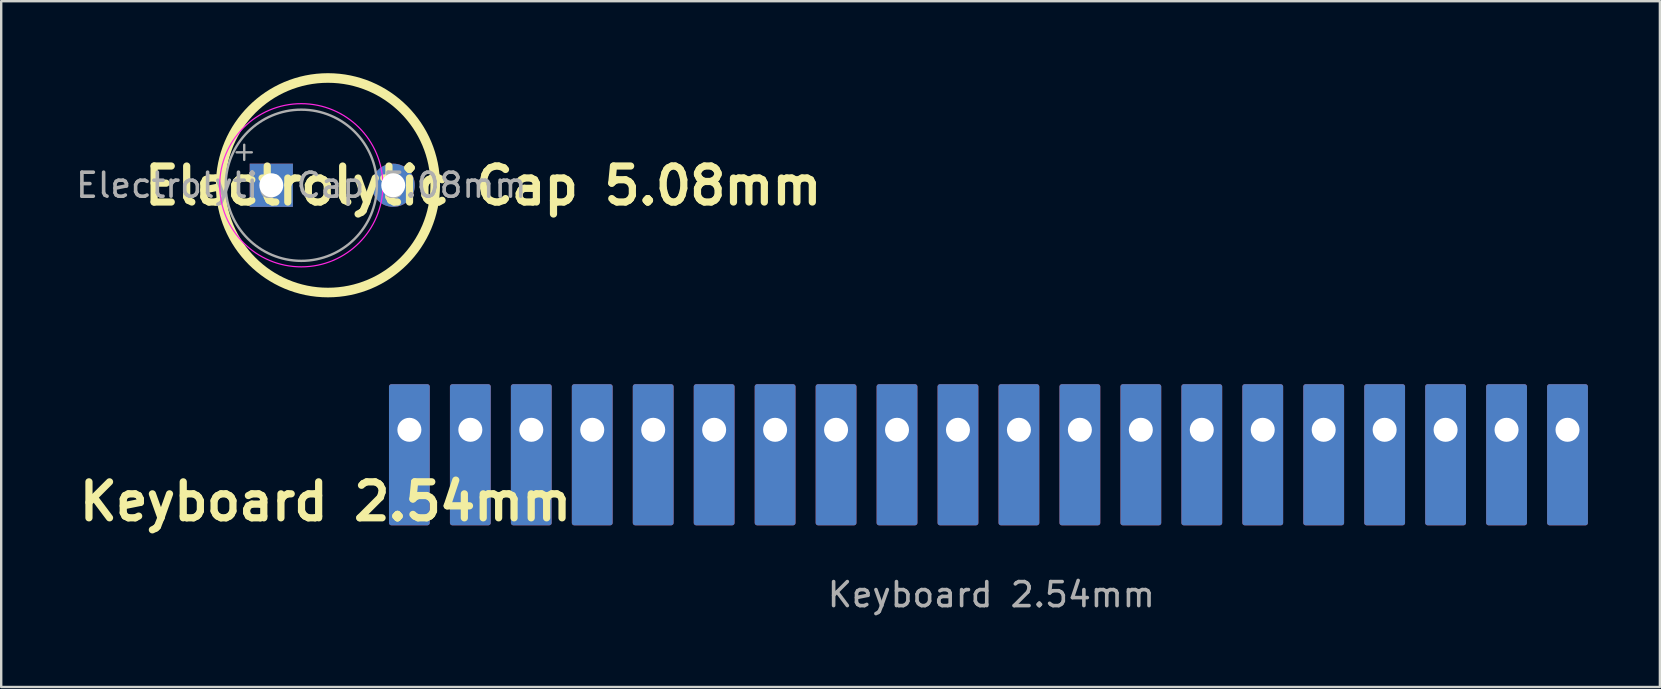
<source format=kicad_pcb>
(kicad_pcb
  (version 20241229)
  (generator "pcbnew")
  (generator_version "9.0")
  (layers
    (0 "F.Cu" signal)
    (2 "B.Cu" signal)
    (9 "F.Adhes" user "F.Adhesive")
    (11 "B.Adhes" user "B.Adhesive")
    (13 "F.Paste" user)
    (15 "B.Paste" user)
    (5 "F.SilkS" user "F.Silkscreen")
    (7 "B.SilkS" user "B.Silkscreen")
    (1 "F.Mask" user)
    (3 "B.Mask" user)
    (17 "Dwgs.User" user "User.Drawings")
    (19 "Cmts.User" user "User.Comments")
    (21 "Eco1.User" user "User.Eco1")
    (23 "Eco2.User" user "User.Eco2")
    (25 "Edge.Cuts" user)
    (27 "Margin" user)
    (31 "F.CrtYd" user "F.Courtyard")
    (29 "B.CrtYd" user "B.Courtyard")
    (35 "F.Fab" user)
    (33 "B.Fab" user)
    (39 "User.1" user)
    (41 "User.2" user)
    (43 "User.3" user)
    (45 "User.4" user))
  (footprint "Keyboard 2.54mm"
    (layer "F.Cu")
    (at 38.179 12.59)
    (property "Reference" "Keyboard 2.54mm" (at -27.665 5.26 0) (unlocked yes) (layer "F.SilkS") (effects (font (size 1.5 1.5) (thickness 0.3) (bold yes))))
    (attr through_hole)
    (fp_text user "${REFERENCE}" (at 0.08 9.14 0) (unlocked yes) (layer "F.Fab") (effects (font (size 1 1) (thickness 0.15))))
    (pad "1" thru_hole custom (at 24.09 2.27 90) (size 1.7 1.7) (drill 1) (layers "*.Cu" "*.Mask") (options (anchor circle)) (primitives (gr_poly (pts (xy 0 -0.85) (xy 0.177 -0.831) (xy 0.346 -0.777) (xy 0.5 -0.688) (xy 0.632 -0.569) (xy 0.736 -0.425) (xy 0.808 -0.263) (xy 0.845 -0.089) (xy 0.845 0.089) (xy 0.808 0.263) (xy 0.736 0.425) (xy 0.632 0.569) (xy 0.5 0.688) (xy 0.346 0.777) (xy 0.177 0.831) (xy 0 0.85) (xy -0.177 0.831) (xy -0.346 0.777) (xy -0.5 0.688) (xy -0.632 0.569) (xy -0.736 0.425) (xy -0.808 0.263) (xy -0.845 0.089) (xy -0.845 -0.089) (xy -0.808 -0.263) (xy -0.736 -0.425) (xy -0.632 -0.569) (xy -0.5 -0.688) (xy -0.346 -0.777) (xy -0.177 -0.831) (xy 0 -0.85)) (width 0) (fill yes)) (gr_rect (start -3.88 -0.75) (end 1.8 0.75) (width 0.2) (fill yes))))
    (pad "2" thru_hole custom (at 21.55 2.27 90) (size 1.7 1.7) (drill 1) (layers "*.Cu" "*.Mask") (options (anchor circle)) (primitives (gr_poly (pts (xy 0 -0.85) (xy 0.177 -0.831) (xy 0.346 -0.777) (xy 0.5 -0.688) (xy 0.632 -0.569) (xy 0.736 -0.425) (xy 0.808 -0.263) (xy 0.845 -0.089) (xy 0.845 0.089) (xy 0.808 0.263) (xy 0.736 0.425) (xy 0.632 0.569) (xy 0.5 0.688) (xy 0.346 0.777) (xy 0.177 0.831) (xy 0 0.85) (xy -0.177 0.831) (xy -0.346 0.777) (xy -0.5 0.688) (xy -0.632 0.569) (xy -0.736 0.425) (xy -0.808 0.263) (xy -0.845 0.089) (xy -0.845 -0.089) (xy -0.808 -0.263) (xy -0.736 -0.425) (xy -0.632 -0.569) (xy -0.5 -0.688) (xy -0.346 -0.777) (xy -0.177 -0.831) (xy 0 -0.85)) (width 0) (fill yes)) (gr_rect (start -3.88 -0.75) (end 1.8 0.75) (width 0.2) (fill yes))))
    (pad "3" thru_hole custom (at 19.01 2.27 90) (size 1.7 1.7) (drill 1) (layers "*.Cu" "*.Mask") (options (anchor circle)) (primitives (gr_poly (pts (xy 0 -0.85) (xy 0.177 -0.831) (xy 0.346 -0.777) (xy 0.5 -0.688) (xy 0.632 -0.569) (xy 0.736 -0.425) (xy 0.808 -0.263) (xy 0.845 -0.089) (xy 0.845 0.089) (xy 0.808 0.263) (xy 0.736 0.425) (xy 0.632 0.569) (xy 0.5 0.688) (xy 0.346 0.777) (xy 0.177 0.831) (xy 0 0.85) (xy -0.177 0.831) (xy -0.346 0.777) (xy -0.5 0.688) (xy -0.632 0.569) (xy -0.736 0.425) (xy -0.808 0.263) (xy -0.845 0.089) (xy -0.845 -0.089) (xy -0.808 -0.263) (xy -0.736 -0.425) (xy -0.632 -0.569) (xy -0.5 -0.688) (xy -0.346 -0.777) (xy -0.177 -0.831) (xy 0 -0.85)) (width 0) (fill yes)) (gr_rect (start -3.88 -0.75) (end 1.8 0.75) (width 0.2) (fill yes))))
    (pad "4" thru_hole custom (at 16.47 2.27 90) (size 1.7 1.7) (drill 1) (layers "*.Cu" "*.Mask") (options (anchor circle)) (primitives (gr_poly (pts (xy 0 -0.85) (xy 0.177 -0.831) (xy 0.346 -0.777) (xy 0.5 -0.688) (xy 0.632 -0.569) (xy 0.736 -0.425) (xy 0.808 -0.263) (xy 0.845 -0.089) (xy 0.845 0.089) (xy 0.808 0.263) (xy 0.736 0.425) (xy 0.632 0.569) (xy 0.5 0.688) (xy 0.346 0.777) (xy 0.177 0.831) (xy 0 0.85) (xy -0.177 0.831) (xy -0.346 0.777) (xy -0.5 0.688) (xy -0.632 0.569) (xy -0.736 0.425) (xy -0.808 0.263) (xy -0.845 0.089) (xy -0.845 -0.089) (xy -0.808 -0.263) (xy -0.736 -0.425) (xy -0.632 -0.569) (xy -0.5 -0.688) (xy -0.346 -0.777) (xy -0.177 -0.831) (xy 0 -0.85)) (width 0) (fill yes)) (gr_rect (start -3.88 -0.75) (end 1.8 0.75) (width 0.2) (fill yes))))
    (pad "5" thru_hole custom (at 13.93 2.27 90) (size 1.7 1.7) (drill 1) (layers "*.Cu" "*.Mask") (options (anchor circle)) (primitives (gr_poly (pts (xy 0 -0.85) (xy 0.177 -0.831) (xy 0.346 -0.777) (xy 0.5 -0.688) (xy 0.632 -0.569) (xy 0.736 -0.425) (xy 0.808 -0.263) (xy 0.845 -0.089) (xy 0.845 0.089) (xy 0.808 0.263) (xy 0.736 0.425) (xy 0.632 0.569) (xy 0.5 0.688) (xy 0.346 0.777) (xy 0.177 0.831) (xy 0 0.85) (xy -0.177 0.831) (xy -0.346 0.777) (xy -0.5 0.688) (xy -0.632 0.569) (xy -0.736 0.425) (xy -0.808 0.263) (xy -0.845 0.089) (xy -0.845 -0.089) (xy -0.808 -0.263) (xy -0.736 -0.425) (xy -0.632 -0.569) (xy -0.5 -0.688) (xy -0.346 -0.777) (xy -0.177 -0.831) (xy 0 -0.85)) (width 0) (fill yes)) (gr_rect (start -3.88 -0.75) (end 1.8 0.75) (width 0.2) (fill yes))))
    (pad "6" thru_hole custom (at 11.39 2.27 90) (size 1.7 1.7) (drill 1) (layers "*.Cu" "*.Mask") (options (anchor circle)) (primitives (gr_poly (pts (xy 0 -0.85) (xy 0.177 -0.831) (xy 0.346 -0.777) (xy 0.5 -0.688) (xy 0.632 -0.569) (xy 0.736 -0.425) (xy 0.808 -0.263) (xy 0.845 -0.089) (xy 0.845 0.089) (xy 0.808 0.263) (xy 0.736 0.425) (xy 0.632 0.569) (xy 0.5 0.688) (xy 0.346 0.777) (xy 0.177 0.831) (xy 0 0.85) (xy -0.177 0.831) (xy -0.346 0.777) (xy -0.5 0.688) (xy -0.632 0.569) (xy -0.736 0.425) (xy -0.808 0.263) (xy -0.845 0.089) (xy -0.845 -0.089) (xy -0.808 -0.263) (xy -0.736 -0.425) (xy -0.632 -0.569) (xy -0.5 -0.688) (xy -0.346 -0.777) (xy -0.177 -0.831) (xy 0 -0.85)) (width 0) (fill yes)) (gr_rect (start -3.88 -0.75) (end 1.8 0.75) (width 0.2) (fill yes))))
    (pad "7" thru_hole custom (at 8.85 2.27 90) (size 1.7 1.7) (drill 1) (layers "*.Cu" "*.Mask") (options (anchor circle)) (primitives (gr_poly (pts (xy 0 -0.85) (xy 0.177 -0.831) (xy 0.346 -0.777) (xy 0.5 -0.688) (xy 0.632 -0.569) (xy 0.736 -0.425) (xy 0.808 -0.263) (xy 0.845 -0.089) (xy 0.845 0.089) (xy 0.808 0.263) (xy 0.736 0.425) (xy 0.632 0.569) (xy 0.5 0.688) (xy 0.346 0.777) (xy 0.177 0.831) (xy 0 0.85) (xy -0.177 0.831) (xy -0.346 0.777) (xy -0.5 0.688) (xy -0.632 0.569) (xy -0.736 0.425) (xy -0.808 0.263) (xy -0.845 0.089) (xy -0.845 -0.089) (xy -0.808 -0.263) (xy -0.736 -0.425) (xy -0.632 -0.569) (xy -0.5 -0.688) (xy -0.346 -0.777) (xy -0.177 -0.831) (xy 0 -0.85)) (width 0) (fill yes)) (gr_rect (start -3.88 -0.75) (end 1.8 0.75) (width 0.2) (fill yes))))
    (pad "8" thru_hole custom (at 6.31 2.27 90) (size 1.7 1.7) (drill 1) (layers "*.Cu" "*.Mask") (options (anchor circle)) (primitives (gr_poly (pts (xy 0 -0.85) (xy 0.177 -0.831) (xy 0.346 -0.777) (xy 0.5 -0.688) (xy 0.632 -0.569) (xy 0.736 -0.425) (xy 0.808 -0.263) (xy 0.845 -0.089) (xy 0.845 0.089) (xy 0.808 0.263) (xy 0.736 0.425) (xy 0.632 0.569) (xy 0.5 0.688) (xy 0.346 0.777) (xy 0.177 0.831) (xy 0 0.85) (xy -0.177 0.831) (xy -0.346 0.777) (xy -0.5 0.688) (xy -0.632 0.569) (xy -0.736 0.425) (xy -0.808 0.263) (xy -0.845 0.089) (xy -0.845 -0.089) (xy -0.808 -0.263) (xy -0.736 -0.425) (xy -0.632 -0.569) (xy -0.5 -0.688) (xy -0.346 -0.777) (xy -0.177 -0.831) (xy 0 -0.85)) (width 0) (fill yes)) (gr_rect (start -3.88 -0.75) (end 1.8 0.75) (width 0.2) (fill yes))))
    (pad "9" thru_hole custom (at 3.77 2.27 90) (size 1.7 1.7) (drill 1) (layers "*.Cu" "*.Mask") (options (anchor circle)) (primitives (gr_poly (pts (xy 0 -0.85) (xy 0.177 -0.831) (xy 0.346 -0.777) (xy 0.5 -0.688) (xy 0.632 -0.569) (xy 0.736 -0.425) (xy 0.808 -0.263) (xy 0.845 -0.089) (xy 0.845 0.089) (xy 0.808 0.263) (xy 0.736 0.425) (xy 0.632 0.569) (xy 0.5 0.688) (xy 0.346 0.777) (xy 0.177 0.831) (xy 0 0.85) (xy -0.177 0.831) (xy -0.346 0.777) (xy -0.5 0.688) (xy -0.632 0.569) (xy -0.736 0.425) (xy -0.808 0.263) (xy -0.845 0.089) (xy -0.845 -0.089) (xy -0.808 -0.263) (xy -0.736 -0.425) (xy -0.632 -0.569) (xy -0.5 -0.688) (xy -0.346 -0.777) (xy -0.177 -0.831) (xy 0 -0.85)) (width 0) (fill yes)) (gr_rect (start -3.88 -0.75) (end 1.8 0.75) (width 0.2) (fill yes))))
    (pad "10" thru_hole custom (at 1.23 2.27 90) (size 1.7 1.7) (drill 1) (layers "*.Cu" "*.Mask") (options (anchor circle)) (primitives (gr_poly (pts (xy 0 -0.85) (xy 0.177 -0.831) (xy 0.346 -0.777) (xy 0.5 -0.688) (xy 0.632 -0.569) (xy 0.736 -0.425) (xy 0.808 -0.263) (xy 0.845 -0.089) (xy 0.845 0.089) (xy 0.808 0.263) (xy 0.736 0.425) (xy 0.632 0.569) (xy 0.5 0.688) (xy 0.346 0.777) (xy 0.177 0.831) (xy 0 0.85) (xy -0.177 0.831) (xy -0.346 0.777) (xy -0.5 0.688) (xy -0.632 0.569) (xy -0.736 0.425) (xy -0.808 0.263) (xy -0.845 0.089) (xy -0.845 -0.089) (xy -0.808 -0.263) (xy -0.736 -0.425) (xy -0.632 -0.569) (xy -0.5 -0.688) (xy -0.346 -0.777) (xy -0.177 -0.831) (xy 0 -0.85)) (width 0) (fill yes)) (gr_rect (start -3.88 -0.75) (end 1.8 0.75) (width 0.2) (fill yes))))
    (pad "11" thru_hole custom (at -1.31 2.27 90) (size 1.7 1.7) (drill 1) (layers "*.Cu" "*.Mask") (options (anchor circle)) (primitives (gr_poly (pts (xy 0 -0.85) (xy 0.177 -0.831) (xy 0.346 -0.777) (xy 0.5 -0.688) (xy 0.632 -0.569) (xy 0.736 -0.425) (xy 0.808 -0.263) (xy 0.845 -0.089) (xy 0.845 0.089) (xy 0.808 0.263) (xy 0.736 0.425) (xy 0.632 0.569) (xy 0.5 0.688) (xy 0.346 0.777) (xy 0.177 0.831) (xy 0 0.85) (xy -0.177 0.831) (xy -0.346 0.777) (xy -0.5 0.688) (xy -0.632 0.569) (xy -0.736 0.425) (xy -0.808 0.263) (xy -0.845 0.089) (xy -0.845 -0.089) (xy -0.808 -0.263) (xy -0.736 -0.425) (xy -0.632 -0.569) (xy -0.5 -0.688) (xy -0.346 -0.777) (xy -0.177 -0.831) (xy 0 -0.85)) (width 0) (fill yes)) (gr_rect (start -3.88 -0.75) (end 1.8 0.75) (width 0.2) (fill yes))))
    (pad "12" thru_hole custom (at -3.85 2.27 90) (size 1.7 1.7) (drill 1) (layers "*.Cu" "*.Mask") (options (anchor circle)) (primitives (gr_poly (pts (xy 0 -0.85) (xy 0.177 -0.831) (xy 0.346 -0.777) (xy 0.5 -0.688) (xy 0.632 -0.569) (xy 0.736 -0.425) (xy 0.808 -0.263) (xy 0.845 -0.089) (xy 0.845 0.089) (xy 0.808 0.263) (xy 0.736 0.425) (xy 0.632 0.569) (xy 0.5 0.688) (xy 0.346 0.777) (xy 0.177 0.831) (xy 0 0.85) (xy -0.177 0.831) (xy -0.346 0.777) (xy -0.5 0.688) (xy -0.632 0.569) (xy -0.736 0.425) (xy -0.808 0.263) (xy -0.845 0.089) (xy -0.845 -0.089) (xy -0.808 -0.263) (xy -0.736 -0.425) (xy -0.632 -0.569) (xy -0.5 -0.688) (xy -0.346 -0.777) (xy -0.177 -0.831) (xy 0 -0.85)) (width 0) (fill yes)) (gr_rect (start -3.88 -0.75) (end 1.8 0.75) (width 0.2) (fill yes))))
    (pad "13" thru_hole custom (at -6.39 2.27 90) (size 1.7 1.7) (drill 1) (layers "*.Cu" "*.Mask") (options (anchor circle)) (primitives (gr_poly (pts (xy 0 -0.85) (xy 0.177 -0.831) (xy 0.346 -0.777) (xy 0.5 -0.688) (xy 0.632 -0.569) (xy 0.736 -0.425) (xy 0.808 -0.263) (xy 0.845 -0.089) (xy 0.845 0.089) (xy 0.808 0.263) (xy 0.736 0.425) (xy 0.632 0.569) (xy 0.5 0.688) (xy 0.346 0.777) (xy 0.177 0.831) (xy 0 0.85) (xy -0.177 0.831) (xy -0.346 0.777) (xy -0.5 0.688) (xy -0.632 0.569) (xy -0.736 0.425) (xy -0.808 0.263) (xy -0.845 0.089) (xy -0.845 -0.089) (xy -0.808 -0.263) (xy -0.736 -0.425) (xy -0.632 -0.569) (xy -0.5 -0.688) (xy -0.346 -0.777) (xy -0.177 -0.831) (xy 0 -0.85)) (width 0) (fill yes)) (gr_rect (start -3.88 -0.75) (end 1.8 0.75) (width 0.2) (fill yes))))
    (pad "14" thru_hole custom (at -8.93 2.27 90) (size 1.7 1.7) (drill 1) (layers "*.Cu" "*.Mask") (options (anchor circle)) (primitives (gr_poly (pts (xy 0 -0.85) (xy 0.177 -0.831) (xy 0.346 -0.777) (xy 0.5 -0.688) (xy 0.632 -0.569) (xy 0.736 -0.425) (xy 0.808 -0.263) (xy 0.845 -0.089) (xy 0.845 0.089) (xy 0.808 0.263) (xy 0.736 0.425) (xy 0.632 0.569) (xy 0.5 0.688) (xy 0.346 0.777) (xy 0.177 0.831) (xy 0 0.85) (xy -0.177 0.831) (xy -0.346 0.777) (xy -0.5 0.688) (xy -0.632 0.569) (xy -0.736 0.425) (xy -0.808 0.263) (xy -0.845 0.089) (xy -0.845 -0.089) (xy -0.808 -0.263) (xy -0.736 -0.425) (xy -0.632 -0.569) (xy -0.5 -0.688) (xy -0.346 -0.777) (xy -0.177 -0.831) (xy 0 -0.85)) (width 0) (fill yes)) (gr_rect (start -3.88 -0.75) (end 1.8 0.75) (width 0.2) (fill yes))))
    (pad "15" thru_hole custom (at -11.47 2.27 90) (size 1.7 1.7) (drill 1) (layers "*.Cu" "*.Mask") (options (anchor circle)) (primitives (gr_poly (pts (xy 0 -0.85) (xy 0.177 -0.831) (xy 0.346 -0.777) (xy 0.5 -0.688) (xy 0.632 -0.569) (xy 0.736 -0.425) (xy 0.808 -0.263) (xy 0.845 -0.089) (xy 0.845 0.089) (xy 0.808 0.263) (xy 0.736 0.425) (xy 0.632 0.569) (xy 0.5 0.688) (xy 0.346 0.777) (xy 0.177 0.831) (xy 0 0.85) (xy -0.177 0.831) (xy -0.346 0.777) (xy -0.5 0.688) (xy -0.632 0.569) (xy -0.736 0.425) (xy -0.808 0.263) (xy -0.845 0.089) (xy -0.845 -0.089) (xy -0.808 -0.263) (xy -0.736 -0.425) (xy -0.632 -0.569) (xy -0.5 -0.688) (xy -0.346 -0.777) (xy -0.177 -0.831) (xy 0 -0.85)) (width 0) (fill yes)) (gr_rect (start -3.88 -0.75) (end 1.8 0.75) (width 0.2) (fill yes))))
    (pad "16" thru_hole custom (at -14.01 2.27 90) (size 1.7 1.7) (drill 1) (layers "*.Cu" "*.Mask") (options (anchor circle)) (primitives (gr_poly (pts (xy 0 -0.85) (xy 0.177 -0.831) (xy 0.346 -0.777) (xy 0.5 -0.688) (xy 0.632 -0.569) (xy 0.736 -0.425) (xy 0.808 -0.263) (xy 0.845 -0.089) (xy 0.845 0.089) (xy 0.808 0.263) (xy 0.736 0.425) (xy 0.632 0.569) (xy 0.5 0.688) (xy 0.346 0.777) (xy 0.177 0.831) (xy 0 0.85) (xy -0.177 0.831) (xy -0.346 0.777) (xy -0.5 0.688) (xy -0.632 0.569) (xy -0.736 0.425) (xy -0.808 0.263) (xy -0.845 0.089) (xy -0.845 -0.089) (xy -0.808 -0.263) (xy -0.736 -0.425) (xy -0.632 -0.569) (xy -0.5 -0.688) (xy -0.346 -0.777) (xy -0.177 -0.831) (xy 0 -0.85)) (width 0) (fill yes)) (gr_rect (start -3.88 -0.75) (end 1.8 0.75) (width 0.2) (fill yes))))
    (pad "17" thru_hole custom (at -16.55 2.27 90) (size 1.7 1.7) (drill 1) (layers "*.Cu" "*.Mask") (options (anchor circle)) (primitives (gr_poly (pts (xy 0 -0.85) (xy 0.177 -0.831) (xy 0.346 -0.777) (xy 0.5 -0.688) (xy 0.632 -0.569) (xy 0.736 -0.425) (xy 0.808 -0.263) (xy 0.845 -0.089) (xy 0.845 0.089) (xy 0.808 0.263) (xy 0.736 0.425) (xy 0.632 0.569) (xy 0.5 0.688) (xy 0.346 0.777) (xy 0.177 0.831) (xy 0 0.85) (xy -0.177 0.831) (xy -0.346 0.777) (xy -0.5 0.688) (xy -0.632 0.569) (xy -0.736 0.425) (xy -0.808 0.263) (xy -0.845 0.089) (xy -0.845 -0.089) (xy -0.808 -0.263) (xy -0.736 -0.425) (xy -0.632 -0.569) (xy -0.5 -0.688) (xy -0.346 -0.777) (xy -0.177 -0.831) (xy 0 -0.85)) (width 0) (fill yes)) (gr_rect (start -3.88 -0.75) (end 1.8 0.75) (width 0.2) (fill yes))))
    (pad "18" thru_hole custom (at -19.09 2.27 90) (size 1.7 1.7) (drill 1) (layers "*.Cu" "*.Mask") (options (anchor circle)) (primitives (gr_poly (pts (xy 0 -0.85) (xy 0.177 -0.831) (xy 0.346 -0.777) (xy 0.5 -0.688) (xy 0.632 -0.569) (xy 0.736 -0.425) (xy 0.808 -0.263) (xy 0.845 -0.089) (xy 0.845 0.089) (xy 0.808 0.263) (xy 0.736 0.425) (xy 0.632 0.569) (xy 0.5 0.688) (xy 0.346 0.777) (xy 0.177 0.831) (xy 0 0.85) (xy -0.177 0.831) (xy -0.346 0.777) (xy -0.5 0.688) (xy -0.632 0.569) (xy -0.736 0.425) (xy -0.808 0.263) (xy -0.845 0.089) (xy -0.845 -0.089) (xy -0.808 -0.263) (xy -0.736 -0.425) (xy -0.632 -0.569) (xy -0.5 -0.688) (xy -0.346 -0.777) (xy -0.177 -0.831) (xy 0 -0.85)) (width 0) (fill yes)) (gr_rect (start -3.88 -0.75) (end 1.8 0.75) (width 0.2) (fill yes))))
    (pad "19" thru_hole custom (at -21.63 2.27 90) (size 1.7 1.7) (drill 1) (layers "*.Cu" "*.Mask") (options (anchor circle)) (primitives (gr_poly (pts (xy 0 -0.85) (xy 0.177 -0.831) (xy 0.346 -0.777) (xy 0.5 -0.688) (xy 0.632 -0.569) (xy 0.736 -0.425) (xy 0.808 -0.263) (xy 0.845 -0.089) (xy 0.845 0.089) (xy 0.808 0.263) (xy 0.736 0.425) (xy 0.632 0.569) (xy 0.5 0.688) (xy 0.346 0.777) (xy 0.177 0.831) (xy 0 0.85) (xy -0.177 0.831) (xy -0.346 0.777) (xy -0.5 0.688) (xy -0.632 0.569) (xy -0.736 0.425) (xy -0.808 0.263) (xy -0.845 0.089) (xy -0.845 -0.089) (xy -0.808 -0.263) (xy -0.736 -0.425) (xy -0.632 -0.569) (xy -0.5 -0.688) (xy -0.346 -0.777) (xy -0.177 -0.831) (xy 0 -0.85)) (width 0) (fill yes)) (gr_rect (start -3.88 -0.75) (end 1.8 0.75) (width 0.2) (fill yes))))
    (pad "20" thru_hole custom (at -24.17 2.27 90) (size 1.7 1.7) (drill 1) (layers "*.Cu" "*.Mask") (options (anchor circle)) (primitives (gr_poly (pts (xy 0 -0.85) (xy 0.177 -0.831) (xy 0.346 -0.777) (xy 0.5 -0.688) (xy 0.632 -0.569) (xy 0.736 -0.425) (xy 0.808 -0.263) (xy 0.845 -0.089) (xy 0.845 0.089) (xy 0.808 0.263) (xy 0.736 0.425) (xy 0.632 0.569) (xy 0.5 0.688) (xy 0.346 0.777) (xy 0.177 0.831) (xy 0 0.85) (xy -0.177 0.831) (xy -0.346 0.777) (xy -0.5 0.688) (xy -0.632 0.569) (xy -0.736 0.425) (xy -0.808 0.263) (xy -0.845 0.089) (xy -0.845 -0.089) (xy -0.808 -0.263) (xy -0.736 -0.425) (xy -0.632 -0.569) (xy -0.5 -0.688) (xy -0.346 -0.777) (xy -0.177 -0.831) (xy 0 -0.85)) (width 0) (fill yes)) (gr_rect (start -3.88 -0.75) (end 1.8 0.75) (width 0.2) (fill yes)))))
  (footprint "Electrolytic Cap 5.08mm"
    (layer "F.Cu")
    (at 8.256 4.67)
    (property "Reference" "Electrolytic Cap 5.08mm" (at 8.83 0.02 180) (layer "F.SilkS") (effects (font (size 1.5 1.5) (thickness 0.3) (bold yes))))
    (attr through_hole)
    (fp_circle (center 2.36 0) (end 6.83 0) (stroke (width 0.4) (type solid)) (fill no) (layer "F.SilkS"))
    (fp_circle (center 1.25 0) (end 4.65 0) (stroke (width 0.05) (type solid)) (fill no) (layer "F.CrtYd"))
    (fp_line (start -1.444 -1.373) (end -0.814 -1.373) (stroke (width 0.1) (type solid)) (layer "F.Fab"))
    (fp_line (start -1.129 -1.688) (end -1.129 -1.058) (stroke (width 0.1) (type solid)) (layer "F.Fab"))
    (fp_circle (center 1.25 0) (end 4.4 0) (stroke (width 0.1) (type solid)) (fill no) (layer "F.Fab"))
    (fp_text user "${REFERENCE}" (at 1.25 0 180) (layer "F.Fab") (effects (font (size 1 1) (thickness 0.15))))
    (pad "1" thru_hole rect (at 0 0) (size 1.8 1.8) (drill 1) (layers "*.Cu" "*.Mask"))
    (pad "2" thru_hole circle (at 5.08 0) (size 1.8 1.8) (drill 1) (layers "*.Cu" "*.Mask")))
  (gr_rect
    (start -3 -3)
    (end 66.119 25.578)
    (stroke (width 0.1) (type default))
    (fill no)
    (layer "Edge.Cuts")))
</source>
